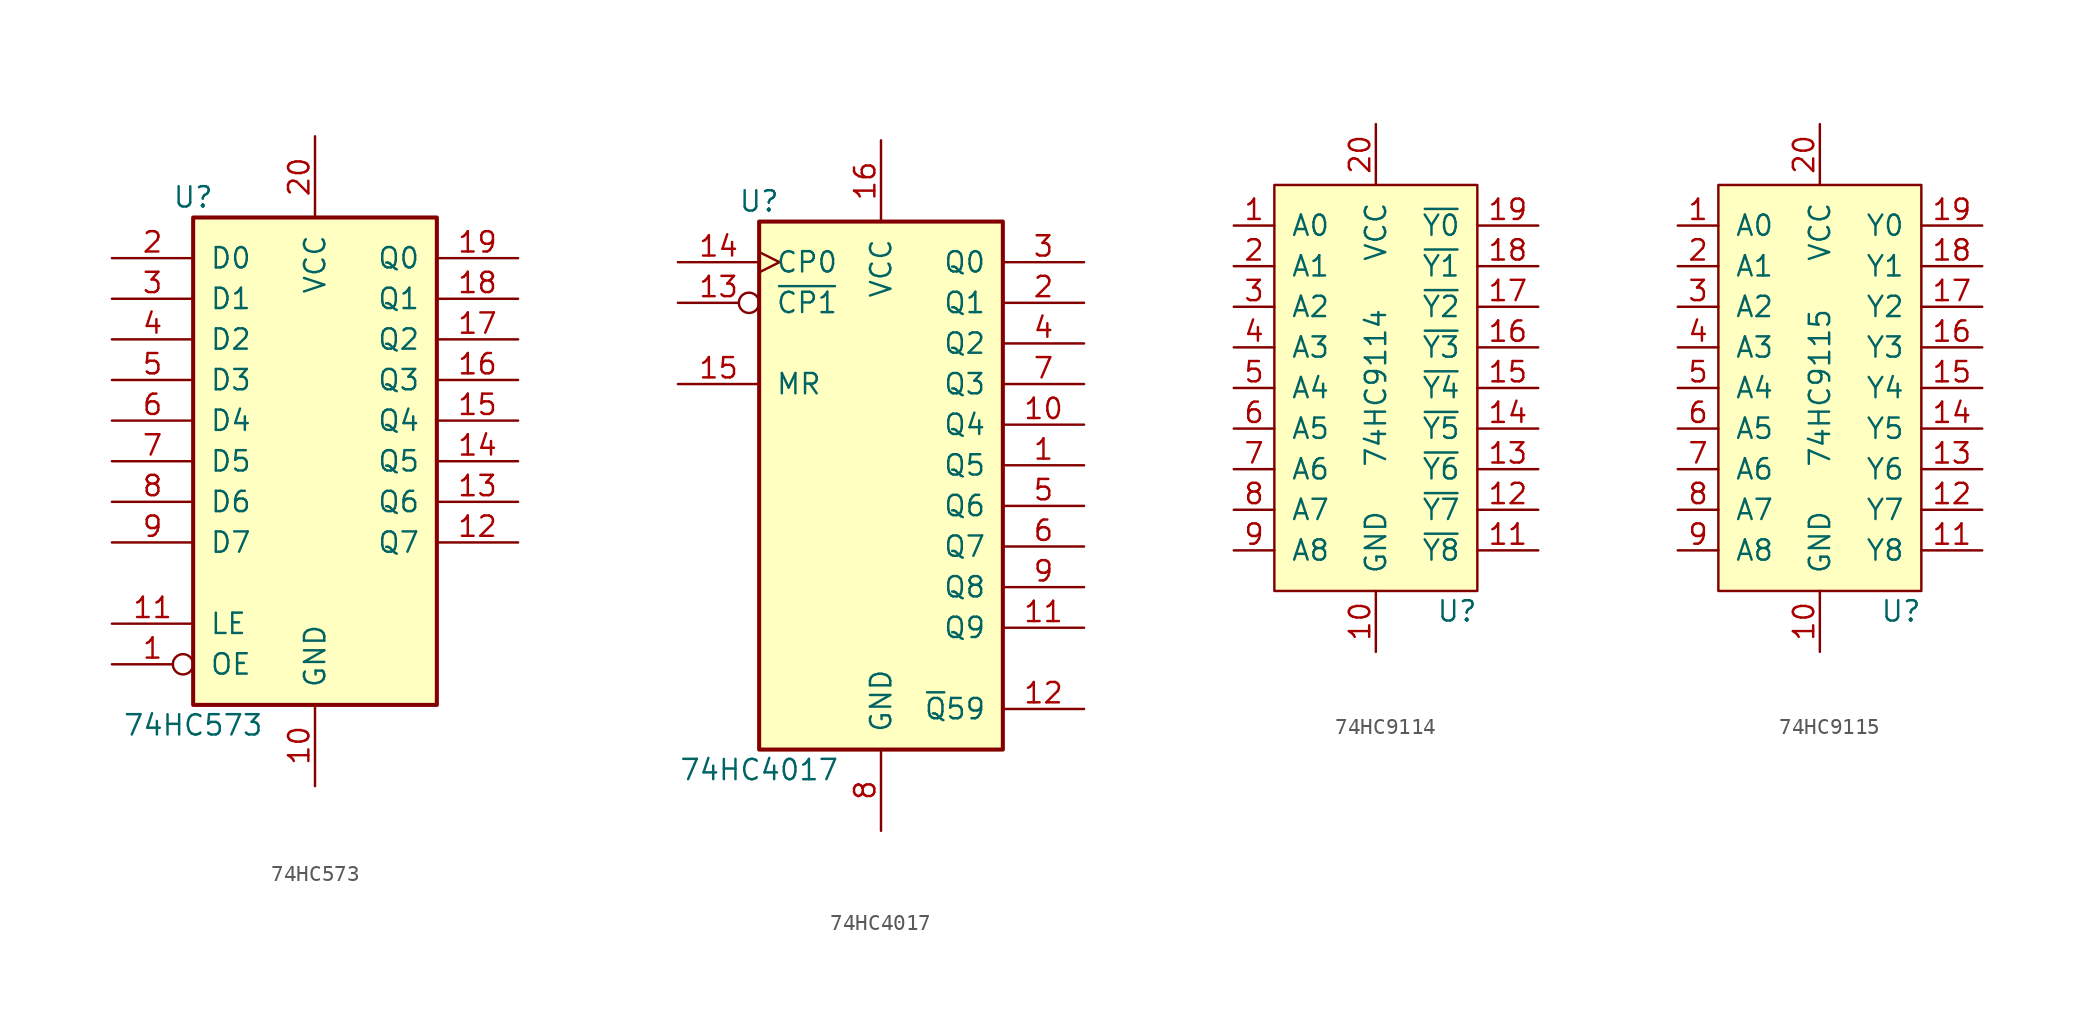
<source format=kicad_sym>
(kicad_symbol_lib
  (version 20211014)
  (generator kicad_symbol_editor)
  (symbol "74HC573"
    (pin_names
      (offset 1.016))
    (property "Reference" "U"
      (at -7.62 16.51 0)
      (effects (font (size 1.27 1.27))))
    (property "Value" "74HC573"
      (at -7.62 -16.51 0)
      (effects (font (size 1.27 1.27))))
    (symbol "74HC573_1_0"
      (pin input inverted (at -12.7 -12.7 0) (length 5.08) (name "OE" (effects (font (size 1.27 1.27)))) (number "1" (effects (font (size 1.27 1.27)))))
      (pin power_in line (at 0 -20.32 90) (length 5.08) (name "GND" (effects (font (size 1.27 1.27)))) (number "10" (effects (font (size 1.27 1.27)))))
      (pin input line (at -12.7 -10.16 0) (length 5.08) (name "LE" (effects (font (size 1.27 1.27)))) (number "11" (effects (font (size 1.27 1.27)))))
      (pin tri_state line (at 12.7 -5.08 180) (length 5.08) (name "Q7" (effects (font (size 1.27 1.27)))) (number "12" (effects (font (size 1.27 1.27)))))
      (pin tri_state line (at 12.7 -2.54 180) (length 5.08) (name "Q6" (effects (font (size 1.27 1.27)))) (number "13" (effects (font (size 1.27 1.27)))))
      (pin tri_state line (at 12.7 0 180) (length 5.08) (name "Q5" (effects (font (size 1.27 1.27)))) (number "14" (effects (font (size 1.27 1.27)))))
      (pin tri_state line (at 12.7 2.54 180) (length 5.08) (name "Q4" (effects (font (size 1.27 1.27)))) (number "15" (effects (font (size 1.27 1.27)))))
      (pin tri_state line (at 12.7 5.08 180) (length 5.08) (name "Q3" (effects (font (size 1.27 1.27)))) (number "16" (effects (font (size 1.27 1.27)))))
      (pin tri_state line (at 12.7 7.62 180) (length 5.08) (name "Q2" (effects (font (size 1.27 1.27)))) (number "17" (effects (font (size 1.27 1.27)))))
      (pin tri_state line (at 12.7 10.16 180) (length 5.08) (name "Q1" (effects (font (size 1.27 1.27)))) (number "18" (effects (font (size 1.27 1.27)))))
      (pin tri_state line (at 12.7 12.7 180) (length 5.08) (name "Q0" (effects (font (size 1.27 1.27)))) (number "19" (effects (font (size 1.27 1.27)))))
      (pin input line (at -12.7 12.7 0) (length 5.08) (name "D0" (effects (font (size 1.27 1.27)))) (number "2" (effects (font (size 1.27 1.27)))))
      (pin power_in line (at 0 20.32 270) (length 5.08) (name "VCC" (effects (font (size 1.27 1.27)))) (number "20" (effects (font (size 1.27 1.27)))))
      (pin input line (at -12.7 10.16 0) (length 5.08) (name "D1" (effects (font (size 1.27 1.27)))) (number "3" (effects (font (size 1.27 1.27)))))
      (pin input line (at -12.7 7.62 0) (length 5.08) (name "D2" (effects (font (size 1.27 1.27)))) (number "4" (effects (font (size 1.27 1.27)))))
      (pin input line (at -12.7 5.08 0) (length 5.08) (name "D3" (effects (font (size 1.27 1.27)))) (number "5" (effects (font (size 1.27 1.27)))))
      (pin input line (at -12.7 2.54 0) (length 5.08) (name "D4" (effects (font (size 1.27 1.27)))) (number "6" (effects (font (size 1.27 1.27)))))
      (pin input line (at -12.7 0 0) (length 5.08) (name "D5" (effects (font (size 1.27 1.27)))) (number "7" (effects (font (size 1.27 1.27)))))
      (pin input line (at -12.7 -2.54 0) (length 5.08) (name "D6" (effects (font (size 1.27 1.27)))) (number "8" (effects (font (size 1.27 1.27)))))
      (pin input line (at -12.7 -5.08 0) (length 5.08) (name "D7" (effects (font (size 1.27 1.27)))) (number "9" (effects (font (size 1.27 1.27))))))
    (symbol "74HC573_1_1"
      (rectangle (start -7.62 15.24) (end 7.62 -15.24) (stroke (width 0.254) (type default) (color 0 0 0 0)) (fill (type background)))))
  (symbol "74HC4017"
    (pin_names
      (offset 1.016))
    (property "Reference" "U"
      (at -7.62 16.51 0)
      (effects (font (size 1.27 1.27))))
    (property "Value" "74HC4017"
      (at -7.62 -19.05 0)
      (effects (font (size 1.27 1.27))))
    (symbol "74HC4017_1_0"
      (pin output line (at 12.7 0 180) (length 5.08) (name "Q5" (effects (font (size 1.27 1.27)))) (number "1" (effects (font (size 1.27 1.27)))))
      (pin output line (at 12.7 2.54 180) (length 5.08) (name "Q4" (effects (font (size 1.27 1.27)))) (number "10" (effects (font (size 1.27 1.27)))))
      (pin output line (at 12.7 -10.16 180) (length 5.08) (name "Q9" (effects (font (size 1.27 1.27)))) (number "11" (effects (font (size 1.27 1.27)))))
      (pin output line (at 12.7 -15.24 180) (length 5.08) (name "~{Q}59" (effects (font (size 1.27 1.27)))) (number "12" (effects (font (size 1.27 1.27)))))
      (pin input inverted (at -12.7 10.16 0) (length 5.08) (name "~{CP1}" (effects (font (size 1.27 1.27)))) (number "13" (effects (font (size 1.27 1.27)))))
      (pin input clock (at -12.7 12.7 0) (length 5.08) (name "CP0" (effects (font (size 1.27 1.27)))) (number "14" (effects (font (size 1.27 1.27)))))
      (pin input line (at -12.7 5.08 0) (length 5.08) (name "MR" (effects (font (size 1.27 1.27)))) (number "15" (effects (font (size 1.27 1.27)))))
      (pin power_in line (at 0 20.32 270) (length 5.08) (name "VCC" (effects (font (size 1.27 1.27)))) (number "16" (effects (font (size 1.27 1.27)))))
      (pin output line (at 12.7 10.16 180) (length 5.08) (name "Q1" (effects (font (size 1.27 1.27)))) (number "2" (effects (font (size 1.27 1.27)))))
      (pin output line (at 12.7 12.7 180) (length 5.08) (name "Q0" (effects (font (size 1.27 1.27)))) (number "3" (effects (font (size 1.27 1.27)))))
      (pin output line (at 12.7 7.62 180) (length 5.08) (name "Q2" (effects (font (size 1.27 1.27)))) (number "4" (effects (font (size 1.27 1.27)))))
      (pin output line (at 12.7 -2.54 180) (length 5.08) (name "Q6" (effects (font (size 1.27 1.27)))) (number "5" (effects (font (size 1.27 1.27)))))
      (pin output line (at 12.7 -5.08 180) (length 5.08) (name "Q7" (effects (font (size 1.27 1.27)))) (number "6" (effects (font (size 1.27 1.27)))))
      (pin output line (at 12.7 5.08 180) (length 5.08) (name "Q3" (effects (font (size 1.27 1.27)))) (number "7" (effects (font (size 1.27 1.27)))))
      (pin power_in line (at 0 -22.86 90) (length 5.08) (name "GND" (effects (font (size 1.27 1.27)))) (number "8" (effects (font (size 1.27 1.27)))))
      (pin output line (at 12.7 -7.62 180) (length 5.08) (name "Q8" (effects (font (size 1.27 1.27)))) (number "9" (effects (font (size 1.27 1.27))))))
    (symbol "74HC4017_1_1"
      (rectangle (start -7.62 15.24) (end 7.62 -17.78) (stroke (width 0.254) (type default) (color 0 0 0 0)) (fill (type background)))))
  (symbol "74HC9114"
    (pin_names
      (offset 1.016))
    (property "Reference" "U"
      (at 5.08 -13.97 0)
      (effects (font (size 1.27 1.27))))
    (property "Value" "74HC9114"
      (at 0 0 90)
      (effects (font (size 1.27 1.27))))
    (symbol "74HC9114_0_0"
      (pin input line (at -8.89 10.16 0) (length 2.54) (name "A0" (effects (font (size 1.27 1.27)))) (number "1" (effects (font (size 1.27 1.27)))))
      (pin input line (at -8.89 0 0) (length 2.54) (name "A4" (effects (font (size 1.27 1.27)))) (number "5" (effects (font (size 1.27 1.27)))))
      (pin input line (at -8.89 -10.16 0) (length 2.54) (name "A8" (effects (font (size 1.27 1.27)))) (number "9" (effects (font (size 1.27 1.27))))))
    (symbol "74HC9114_0_1"
      (rectangle (start -6.35 12.7) (end 6.35 -12.7) (stroke (width 0) (type default) (color 0 0 0 0)) (fill (type background))))
    (symbol "74HC9114_1_1"
      (pin power_in line (at 0 -16.51 90) (length 3.81) (name "GND" (effects (font (size 1.27 1.27)))) (number "10" (effects (font (size 1.27 1.27)))))
      (pin open_collector line (at 10.16 -10.16 180) (length 3.81) (name "~{Y8}" (effects (font (size 1.27 1.27)))) (number "11" (effects (font (size 1.27 1.27)))))
      (pin open_collector line (at 10.16 -7.62 180) (length 3.81) (name "~{Y7}" (effects (font (size 1.27 1.27)))) (number "12" (effects (font (size 1.27 1.27)))))
      (pin open_collector line (at 10.16 -5.08 180) (length 3.81) (name "~{Y6}" (effects (font (size 1.27 1.27)))) (number "13" (effects (font (size 1.27 1.27)))))
      (pin open_collector line (at 10.16 -2.54 180) (length 3.81) (name "~{Y5}" (effects (font (size 1.27 1.27)))) (number "14" (effects (font (size 1.27 1.27)))))
      (pin open_collector line (at 10.16 0 180) (length 3.81) (name "~{Y4}" (effects (font (size 1.27 1.27)))) (number "15" (effects (font (size 1.27 1.27)))))
      (pin open_collector line (at 10.16 2.54 180) (length 3.81) (name "~{Y3}" (effects (font (size 1.27 1.27)))) (number "16" (effects (font (size 1.27 1.27)))))
      (pin open_collector line (at 10.16 5.08 180) (length 3.81) (name "~{Y2}" (effects (font (size 1.27 1.27)))) (number "17" (effects (font (size 1.27 1.27)))))
      (pin open_collector line (at 10.16 7.62 180) (length 3.81) (name "~{Y1}" (effects (font (size 1.27 1.27)))) (number "18" (effects (font (size 1.27 1.27)))))
      (pin open_collector line (at 10.16 10.16 180) (length 3.81) (name "~{Y0}" (effects (font (size 1.27 1.27)))) (number "19" (effects (font (size 1.27 1.27)))))
      (pin input line (at -8.89 7.62 0) (length 2.54) (name "A1" (effects (font (size 1.27 1.27)))) (number "2" (effects (font (size 1.27 1.27)))))
      (pin power_in line (at 0 16.51 270) (length 3.81) (name "VCC" (effects (font (size 1.27 1.27)))) (number "20" (effects (font (size 1.27 1.27)))))
      (pin input line (at -8.89 5.08 0) (length 2.54) (name "A2" (effects (font (size 1.27 1.27)))) (number "3" (effects (font (size 1.27 1.27)))))
      (pin input line (at -8.89 2.54 0) (length 2.54) (name "A3" (effects (font (size 1.27 1.27)))) (number "4" (effects (font (size 1.27 1.27)))))
      (pin input line (at -8.89 -2.54 0) (length 2.54) (name "A5" (effects (font (size 1.27 1.27)))) (number "6" (effects (font (size 1.27 1.27)))))
      (pin input line (at -8.89 -5.08 0) (length 2.54) (name "A6" (effects (font (size 1.27 1.27)))) (number "7" (effects (font (size 1.27 1.27)))))
      (pin input line (at -8.89 -7.62 0) (length 2.54) (name "A7" (effects (font (size 1.27 1.27)))) (number "8" (effects (font (size 1.27 1.27)))))))
  (symbol "74HC9115"
    (pin_names
      (offset 1.016))
    (property "Reference" "U"
      (at 5.08 -13.97 0)
      (effects (font (size 1.27 1.27))))
    (property "Value" "74HC9115"
      (at 0 0 90)
      (effects (font (size 1.27 1.27))))
    (symbol "74HC9115_0_0"
      (pin input line (at -8.89 10.16 0) (length 2.54) (name "A0" (effects (font (size 1.27 1.27)))) (number "1" (effects (font (size 1.27 1.27)))))
      (pin input line (at -8.89 0 0) (length 2.54) (name "A4" (effects (font (size 1.27 1.27)))) (number "5" (effects (font (size 1.27 1.27)))))
      (pin input line (at -8.89 -10.16 0) (length 2.54) (name "A8" (effects (font (size 1.27 1.27)))) (number "9" (effects (font (size 1.27 1.27))))))
    (symbol "74HC9115_0_1"
      (rectangle (start -6.35 12.7) (end 6.35 -12.7) (stroke (width 0) (type default) (color 0 0 0 0)) (fill (type background))))
    (symbol "74HC9115_1_1"
      (pin power_in line (at 0 -16.51 90) (length 3.81) (name "GND" (effects (font (size 1.27 1.27)))) (number "10" (effects (font (size 1.27 1.27)))))
      (pin open_collector line (at 10.16 -10.16 180) (length 3.81) (name "Y8" (effects (font (size 1.27 1.27)))) (number "11" (effects (font (size 1.27 1.27)))))
      (pin open_collector line (at 10.16 -7.62 180) (length 3.81) (name "Y7" (effects (font (size 1.27 1.27)))) (number "12" (effects (font (size 1.27 1.27)))))
      (pin open_collector line (at 10.16 -5.08 180) (length 3.81) (name "Y6" (effects (font (size 1.27 1.27)))) (number "13" (effects (font (size 1.27 1.27)))))
      (pin open_collector line (at 10.16 -2.54 180) (length 3.81) (name "Y5" (effects (font (size 1.27 1.27)))) (number "14" (effects (font (size 1.27 1.27)))))
      (pin open_collector line (at 10.16 0 180) (length 3.81) (name "Y4" (effects (font (size 1.27 1.27)))) (number "15" (effects (font (size 1.27 1.27)))))
      (pin open_collector line (at 10.16 2.54 180) (length 3.81) (name "Y3" (effects (font (size 1.27 1.27)))) (number "16" (effects (font (size 1.27 1.27)))))
      (pin open_collector line (at 10.16 5.08 180) (length 3.81) (name "Y2" (effects (font (size 1.27 1.27)))) (number "17" (effects (font (size 1.27 1.27)))))
      (pin open_collector line (at 10.16 7.62 180) (length 3.81) (name "Y1" (effects (font (size 1.27 1.27)))) (number "18" (effects (font (size 1.27 1.27)))))
      (pin open_collector line (at 10.16 10.16 180) (length 3.81) (name "Y0" (effects (font (size 1.27 1.27)))) (number "19" (effects (font (size 1.27 1.27)))))
      (pin input line (at -8.89 7.62 0) (length 2.54) (name "A1" (effects (font (size 1.27 1.27)))) (number "2" (effects (font (size 1.27 1.27)))))
      (pin power_in line (at 0 16.51 270) (length 3.81) (name "VCC" (effects (font (size 1.27 1.27)))) (number "20" (effects (font (size 1.27 1.27)))))
      (pin input line (at -8.89 5.08 0) (length 2.54) (name "A2" (effects (font (size 1.27 1.27)))) (number "3" (effects (font (size 1.27 1.27)))))
      (pin input line (at -8.89 2.54 0) (length 2.54) (name "A3" (effects (font (size 1.27 1.27)))) (number "4" (effects (font (size 1.27 1.27)))))
      (pin input line (at -8.89 -2.54 0) (length 2.54) (name "A5" (effects (font (size 1.27 1.27)))) (number "6" (effects (font (size 1.27 1.27)))))
      (pin input line (at -8.89 -5.08 0) (length 2.54) (name "A6" (effects (font (size 1.27 1.27)))) (number "7" (effects (font (size 1.27 1.27)))))
      (pin input line (at -8.89 -7.62 0) (length 2.54) (name "A7" (effects (font (size 1.27 1.27)))) (number "8" (effects (font (size 1.27 1.27))))))))
</source>
